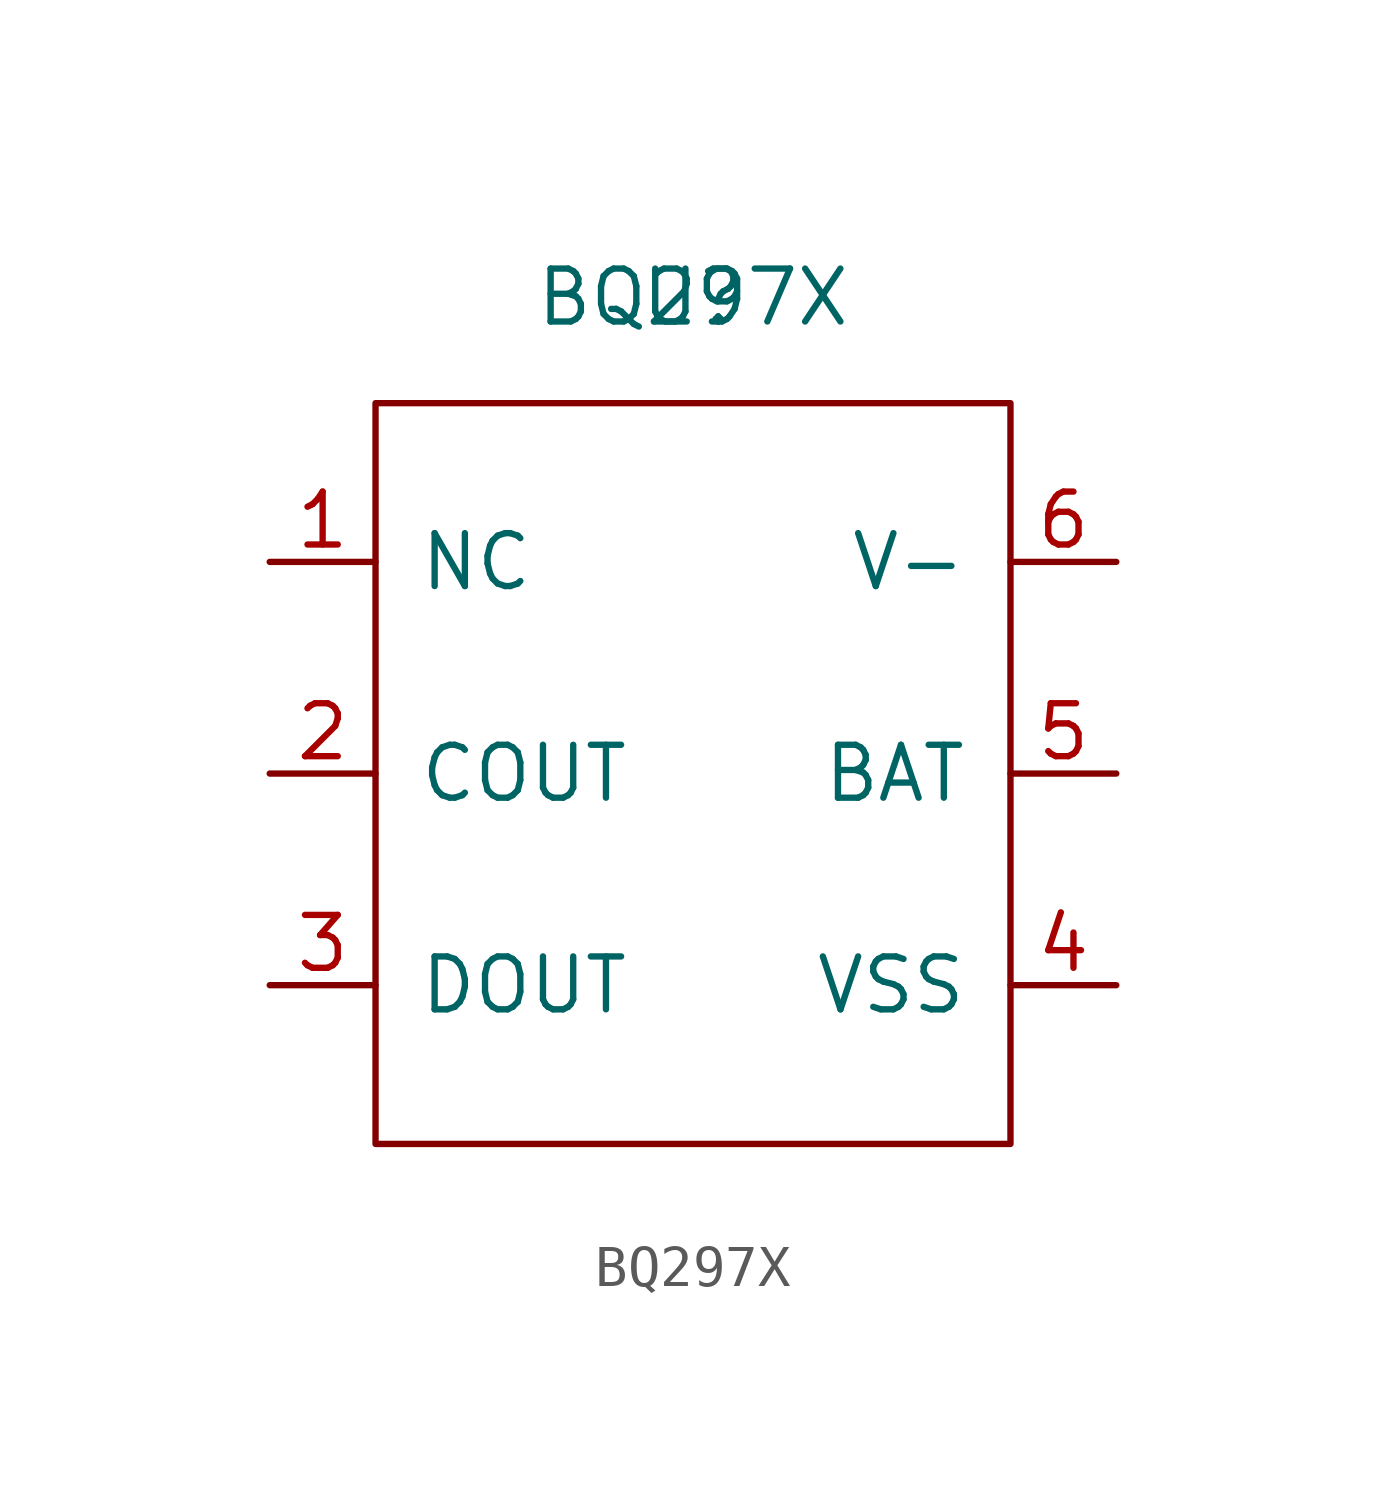
<source format=kicad_sym>
(kicad_symbol_lib
  (version 20211014)
  (generator kicad_symbol_editor)
  (symbol "BQ297X"
    (pin_names
      (offset 1.016))
    (property "Reference" "U"
      (at 0 11.43 0)
      (effects (font (size 1.27 1.27))))
    (property "Value" "BQ297X"
      (at 0 11.43 0)
      (effects (font (size 1.27 1.27))))
    (symbol "BQ297X_1_1"
      (rectangle (start -7.62 8.89) (end 7.62 -8.89) (stroke (width 0) (type default) (color 0 0 0 0)) (fill (type none)))
      (pin input line (at -10.16 5.08 0) (length 2.54) (name "NC" (effects (font (size 1.27 1.27)))) (number "1" (effects (font (size 1.27 1.27)))))
      (pin input line (at -10.16 0 0) (length 2.54) (name "COUT" (effects (font (size 1.27 1.27)))) (number "2" (effects (font (size 1.27 1.27)))))
      (pin passive line (at -10.16 -5.08 0) (length 2.54) (name "DOUT" (effects (font (size 1.27 1.27)))) (number "3" (effects (font (size 1.27 1.27)))))
      (pin input line (at 10.16 -5.08 180) (length 2.54) (name "VSS" (effects (font (size 1.27 1.27)))) (number "4" (effects (font (size 1.27 1.27)))))
      (pin input line (at 10.16 0 180) (length 2.54) (name "BAT" (effects (font (size 1.27 1.27)))) (number "5" (effects (font (size 1.27 1.27)))))
      (pin input line (at 10.16 5.08 180) (length 2.54) (name "V-" (effects (font (size 1.27 1.27)))) (number "6" (effects (font (size 1.27 1.27))))))))
</source>
